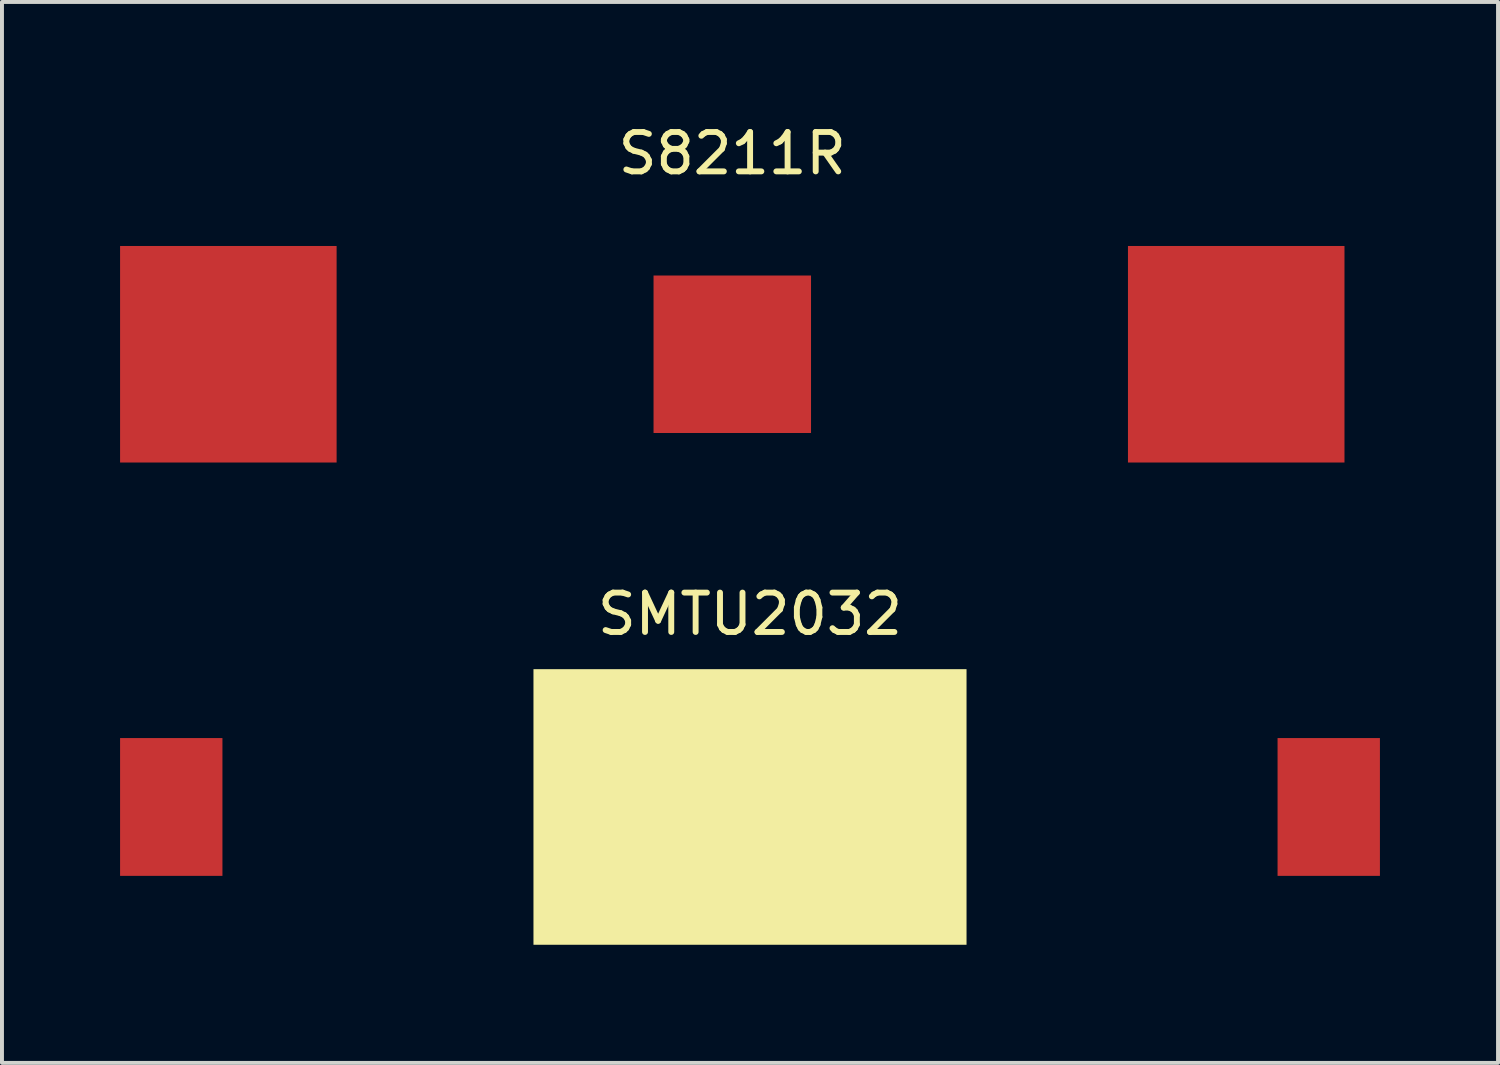
<source format=kicad_pcb>
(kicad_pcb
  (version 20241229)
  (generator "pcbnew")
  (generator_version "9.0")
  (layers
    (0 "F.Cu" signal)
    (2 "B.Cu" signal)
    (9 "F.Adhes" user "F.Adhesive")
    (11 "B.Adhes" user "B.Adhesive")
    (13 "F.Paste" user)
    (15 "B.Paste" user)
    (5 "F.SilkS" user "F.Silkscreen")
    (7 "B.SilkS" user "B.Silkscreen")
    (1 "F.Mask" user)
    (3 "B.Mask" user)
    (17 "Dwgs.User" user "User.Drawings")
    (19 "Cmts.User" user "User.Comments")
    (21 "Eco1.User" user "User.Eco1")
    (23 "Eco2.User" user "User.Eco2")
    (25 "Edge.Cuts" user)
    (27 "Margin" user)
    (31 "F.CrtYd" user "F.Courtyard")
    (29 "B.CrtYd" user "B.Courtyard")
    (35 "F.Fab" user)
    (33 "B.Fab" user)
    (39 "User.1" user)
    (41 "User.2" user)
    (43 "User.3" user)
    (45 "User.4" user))
  (footprint "S8211R"
    (layer "F.Cu")
    (at 15.55 5.948)
    (property "Reference" "S8211R" (at 0 -5.1 0) (layer "F.SilkS") (effects (font (size 1 1) (thickness 0.15))))
    (attr through_hole)
    (pad "1" smd rect (at 0 0) (size 4 4) (layers "F.Cu" "F.Mask"))
    (pad "2" smd rect (at 12.8 0) (size 5.5 5.5) (layers "F.Cu" "F.Mask"))
    (pad "3" smd rect (at -12.8 0) (size 5.5 5.5) (layers "F.Cu" "F.Mask")))
  (footprint "SMTU2032"
    (layer "F.Cu")
    (at 16 17.447)
    (property "Reference" "SMTU2032" (at 0 -4.9 0) (layer "F.SilkS") (effects (font (size 1 1) (thickness 0.15))))
    (attr through_hole)
    (pad "" smd rect (at 0 0) (size 11 7) (layers "F.SilkS"))
    (pad "1" smd rect (at 14.7 0) (size 2.6 3.5) (layers "F.Cu" "F.Mask" "F.Paste"))
    (pad "2" smd rect (at -14.7 0) (size 2.6 3.5) (layers "F.Cu" "F.Mask" "F.Paste")))
  (gr_rect
    (start -3 -3)
    (end 35 23.947)
    (stroke (width 0.1) (type default))
    (fill no)
    (layer "Edge.Cuts")))
</source>
